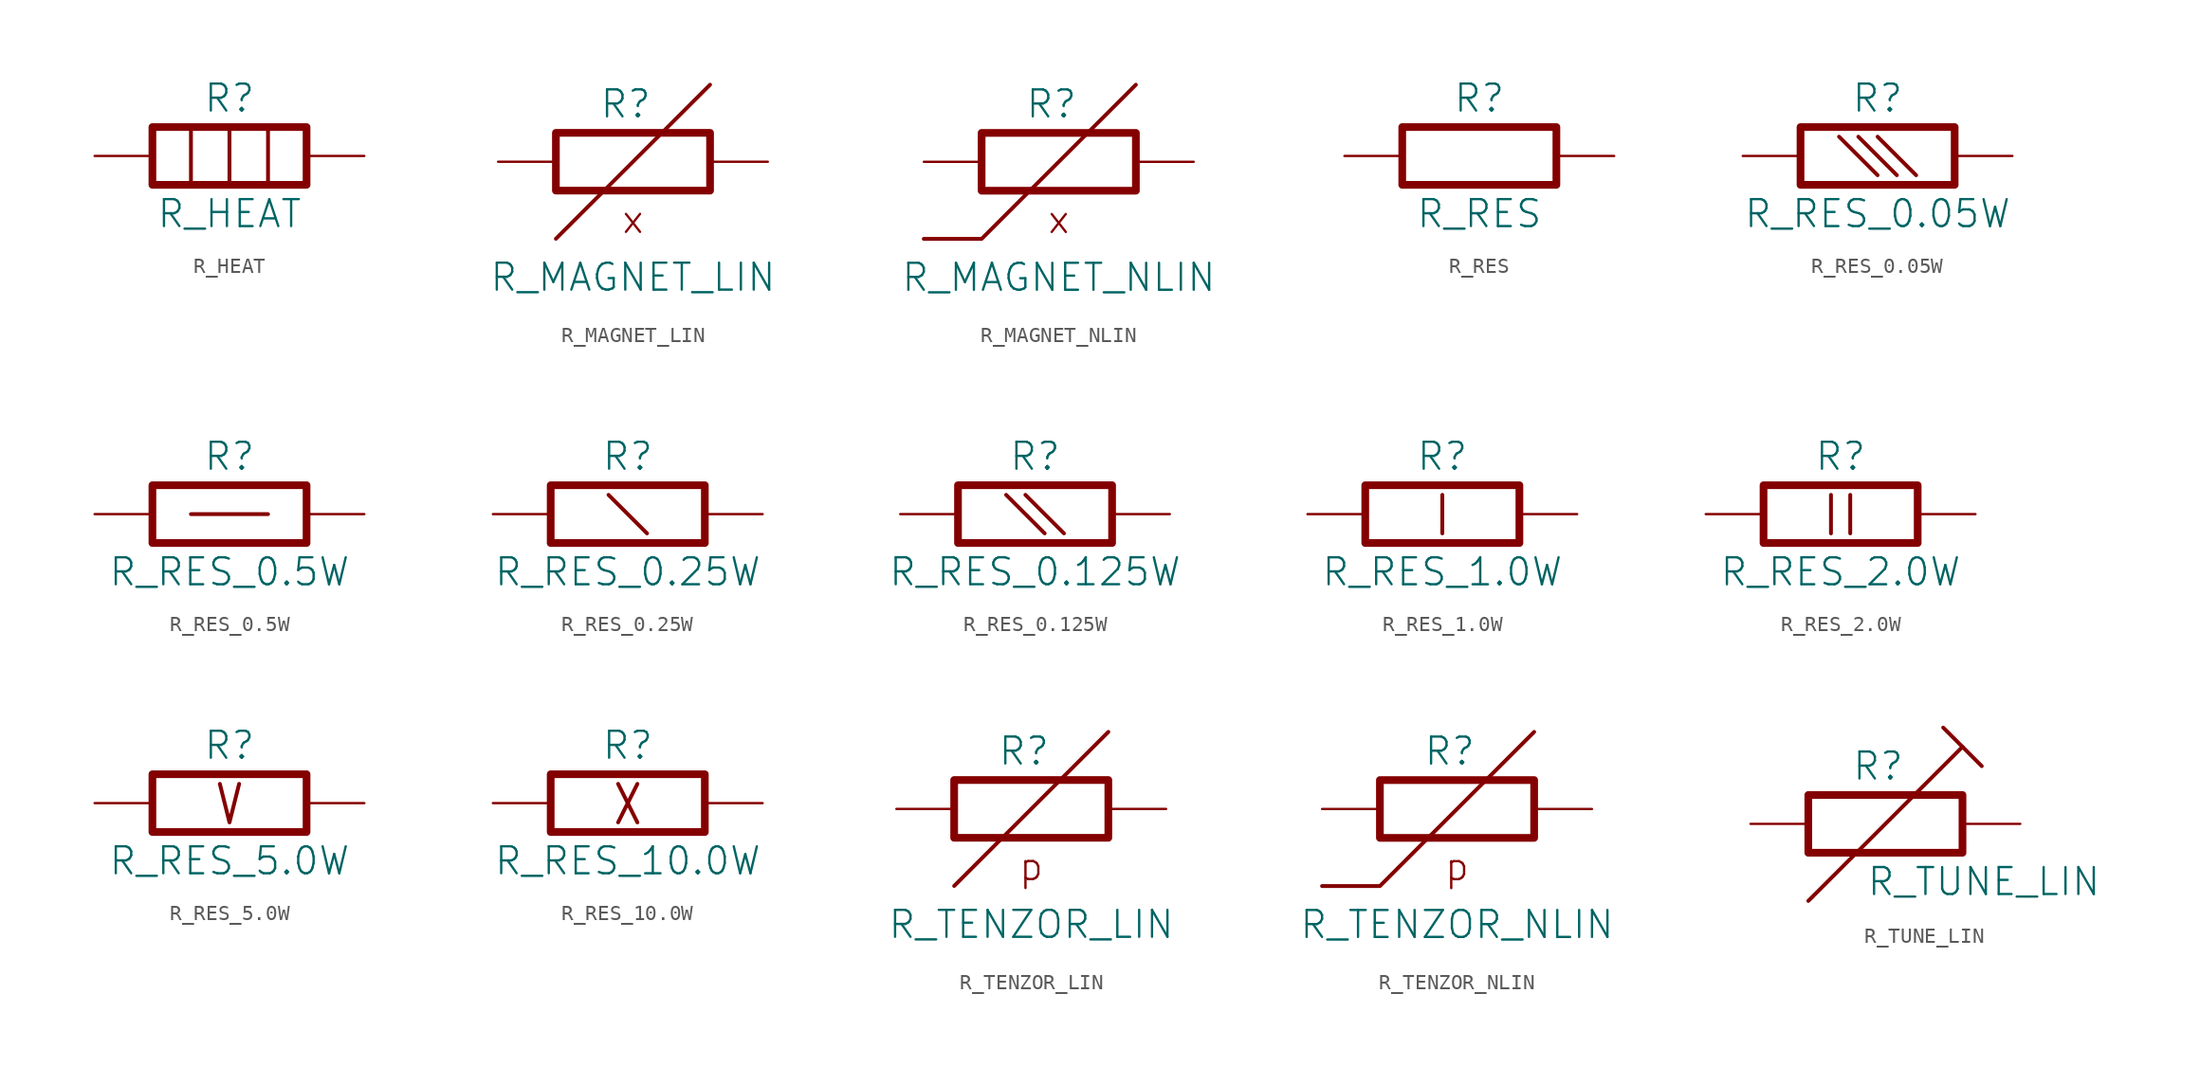
<source format=kicad_sym>
(kicad_symbol_lib
  (version 20211014)
  (generator kicad_symbol_editor)
  (symbol "R_HEAT"
    (pin_names
      (offset 0))
    (property "Reference" "R"
      (at 0 3.81 0)
      (effects (font (size 1.778 1.778))))
    (property "Value" "R_HEAT"
      (at 0 -3.81 0)
      (effects (font (size 1.778 1.778))))
    (symbol "R_HEAT_0_1"
      (rectangle (start -5.08 1.905) (end 5.08 -1.905) (stroke (width 0.508) (type default) (color 0 0 0 0)) (fill (type none)))
      (polyline (pts (xy -8.89 0) (xy -5.08 0)) (stroke (width 0) (type default) (color 0 0 0 0)) (fill (type none)))
      (polyline (pts (xy -2.54 1.905) (xy -2.54 -1.905)) (stroke (width 0.254) (type default) (color 0 0 0 0)) (fill (type none)))
      (polyline (pts (xy 0 1.905) (xy 0 -1.905)) (stroke (width 0.254) (type default) (color 0 0 0 0)) (fill (type none)))
      (polyline (pts (xy 2.54 1.905) (xy 2.54 -1.905)) (stroke (width 0.254) (type default) (color 0 0 0 0)) (fill (type none)))
      (polyline (pts (xy 5.08 0) (xy 8.89 0)) (stroke (width 0) (type default) (color 0 0 0 0)) (fill (type none))))
    (symbol "R_HEAT_1_1"
      (pin passive line (at -8.89 0 0) (length 2.54) hide (name "~" (effects (font (size 1.27 1.27)))) (number "1" (effects (font (size 1.27 1.27)))))
      (pin passive line (at 8.89 0 180) (length 2.54) hide (name "~" (effects (font (size 1.27 1.27)))) (number "2" (effects (font (size 1.27 1.27)))))))
  (symbol "R_MAGNET_LIN"
    (pin_names
      (offset 0))
    (property "Reference" "R"
      (at 1.27 3.81 0)
      (effects (font (size 1.778 1.778)) (justify right)))
    (property "Value" "R_MAGNET_LIN"
      (at 0 -7.62 0)
      (effects (font (size 1.778 1.778))))
    (symbol "R_MAGNET_LIN_0_0"
      (text "x" (at 0 -3.81 0) (effects (font (size 1.778 1.778)))))
    (symbol "R_MAGNET_LIN_0_1"
      (rectangle (start -5.08 1.905) (end 5.08 -1.905) (stroke (width 0.508) (type default) (color 0 0 0 0)) (fill (type none)))
      (polyline (pts (xy -8.89 0) (xy -5.08 0)) (stroke (width 0) (type default) (color 0 0 0 0)) (fill (type none)))
      (polyline (pts (xy -5.08 -5.08) (xy 5.08 5.08)) (stroke (width 0.254) (type default) (color 0 0 0 0)) (fill (type none)))
      (polyline (pts (xy 5.08 0) (xy 8.89 0)) (stroke (width 0) (type default) (color 0 0 0 0)) (fill (type none))))
    (symbol "R_MAGNET_LIN_1_1"
      (pin passive line (at -8.89 0 0) (length 2.54) hide (name "~" (effects (font (size 1.27 1.27)))) (number "1" (effects (font (size 1.27 1.27)))))
      (pin passive line (at 8.89 0 180) (length 2.54) hide (name "~" (effects (font (size 1.27 1.27)))) (number "2" (effects (font (size 1.27 1.27)))))))
  (symbol "R_MAGNET_NLIN"
    (pin_names
      (offset 0))
    (property "Reference" "R"
      (at 1.27 3.81 0)
      (effects (font (size 1.778 1.778)) (justify right)))
    (property "Value" "R_MAGNET_NLIN"
      (at 0 -7.62 0)
      (effects (font (size 1.778 1.778))))
    (symbol "R_MAGNET_NLIN_0_0"
      (text "x" (at 0 -3.81 0) (effects (font (size 1.778 1.778)))))
    (symbol "R_MAGNET_NLIN_0_1"
      (rectangle (start -5.08 1.905) (end 5.08 -1.905) (stroke (width 0.508) (type default) (color 0 0 0 0)) (fill (type none)))
      (polyline (pts (xy -8.89 0) (xy -5.08 0)) (stroke (width 0) (type default) (color 0 0 0 0)) (fill (type none)))
      (polyline (pts (xy 5.08 0) (xy 8.89 0)) (stroke (width 0) (type default) (color 0 0 0 0)) (fill (type none)))
      (polyline (pts (xy -8.89 -5.08) (xy -5.08 -5.08) (xy 5.08 5.08)) (stroke (width 0.254) (type default) (color 0 0 0 0)) (fill (type none))))
    (symbol "R_MAGNET_NLIN_1_1"
      (pin passive line (at -8.89 0 0) (length 2.54) hide (name "~" (effects (font (size 1.27 1.27)))) (number "1" (effects (font (size 1.27 1.27)))))
      (pin passive line (at 8.89 0 180) (length 2.54) hide (name "~" (effects (font (size 1.27 1.27)))) (number "2" (effects (font (size 1.27 1.27)))))))
  (symbol "R_RES"
    (pin_names
      (offset 0))
    (property "Reference" "R"
      (at 0 3.81 0)
      (effects (font (size 1.778 1.778))))
    (property "Value" "R_RES"
      (at 0 -3.81 0)
      (effects (font (size 1.778 1.778))))
    (symbol "R_RES_0_1"
      (rectangle (start -5.08 1.905) (end 5.08 -1.905) (stroke (width 0.508) (type default) (color 0 0 0 0)) (fill (type none)))
      (polyline (pts (xy -8.89 0) (xy -5.08 0)) (stroke (width 0) (type default) (color 0 0 0 0)) (fill (type none)))
      (polyline (pts (xy 5.08 0) (xy 8.89 0)) (stroke (width 0) (type default) (color 0 0 0 0)) (fill (type none))))
    (symbol "R_RES_1_1"
      (pin passive line (at -8.89 0 0) (length 2.54) hide (name "~" (effects (font (size 1.27 1.27)))) (number "1" (effects (font (size 1.27 1.27)))))
      (pin passive line (at 8.89 0 180) (length 2.54) hide (name "~" (effects (font (size 1.27 1.27)))) (number "2" (effects (font (size 1.27 1.27)))))))
  (symbol "R_RES_0.05W"
    (pin_names
      (offset 0))
    (property "Reference" "R"
      (at 0 3.81 0)
      (effects (font (size 1.778 1.778))))
    (property "Value" "R_RES_0.05W"
      (at 0 -3.81 0)
      (effects (font (size 1.778 1.778))))
    (symbol "R_RES_0.05W_0_1"
      (rectangle (start -5.08 1.905) (end 5.08 -1.905) (stroke (width 0.508) (type default) (color 0 0 0 0)) (fill (type none)))
      (polyline (pts (xy -8.89 0) (xy -5.08 0)) (stroke (width 0) (type default) (color 0 0 0 0)) (fill (type none)))
      (polyline (pts (xy -2.54 1.27) (xy 0 -1.27)) (stroke (width 0.254) (type default) (color 0 0 0 0)) (fill (type none)))
      (polyline (pts (xy -1.27 1.27) (xy 1.27 -1.27)) (stroke (width 0.254) (type default) (color 0 0 0 0)) (fill (type none)))
      (polyline (pts (xy 0 1.27) (xy 2.54 -1.27)) (stroke (width 0.254) (type default) (color 0 0 0 0)) (fill (type none)))
      (polyline (pts (xy 5.08 0) (xy 8.89 0)) (stroke (width 0) (type default) (color 0 0 0 0)) (fill (type none))))
    (symbol "R_RES_0.05W_1_1"
      (pin passive line (at -8.89 0 0) (length 2.54) hide (name "~" (effects (font (size 1.27 1.27)))) (number "1" (effects (font (size 1.27 1.27)))))
      (pin passive line (at 8.89 0 180) (length 2.54) hide (name "~" (effects (font (size 1.27 1.27)))) (number "2" (effects (font (size 1.27 1.27)))))))
  (symbol "R_RES_0.5W"
    (pin_names
      (offset 0))
    (property "Reference" "R"
      (at 0 3.81 0)
      (effects (font (size 1.778 1.778))))
    (property "Value" "R_RES_0.5W"
      (at 0 -3.81 0)
      (effects (font (size 1.778 1.778))))
    (symbol "R_RES_0.5W_0_1"
      (rectangle (start -5.08 1.905) (end 5.08 -1.905) (stroke (width 0.508) (type default) (color 0 0 0 0)) (fill (type none)))
      (polyline (pts (xy -8.89 0) (xy -5.08 0)) (stroke (width 0) (type default) (color 0 0 0 0)) (fill (type none)))
      (polyline (pts (xy -2.54 0) (xy 2.54 0)) (stroke (width 0.254) (type default) (color 0 0 0 0)) (fill (type none)))
      (polyline (pts (xy 5.08 0) (xy 8.89 0)) (stroke (width 0) (type default) (color 0 0 0 0)) (fill (type none))))
    (symbol "R_RES_0.5W_1_1"
      (pin passive line (at -8.89 0 0) (length 2.54) hide (name "~" (effects (font (size 1.27 1.27)))) (number "1" (effects (font (size 1.27 1.27)))))
      (pin passive line (at 8.89 0 180) (length 2.54) hide (name "~" (effects (font (size 1.27 1.27)))) (number "2" (effects (font (size 1.27 1.27)))))))
  (symbol "R_RES_0.25W"
    (pin_names
      (offset 0))
    (property "Reference" "R"
      (at 0 3.81 0)
      (effects (font (size 1.778 1.778))))
    (property "Value" "R_RES_0.25W"
      (at 0 -3.81 0)
      (effects (font (size 1.778 1.778))))
    (symbol "R_RES_0.25W_0_1"
      (rectangle (start -5.08 1.905) (end 5.08 -1.905) (stroke (width 0.508) (type default) (color 0 0 0 0)) (fill (type none)))
      (polyline (pts (xy -8.89 0) (xy -5.08 0)) (stroke (width 0) (type default) (color 0 0 0 0)) (fill (type none)))
      (polyline (pts (xy -1.27 1.27) (xy 1.27 -1.27)) (stroke (width 0.254) (type default) (color 0 0 0 0)) (fill (type none)))
      (polyline (pts (xy 5.08 0) (xy 8.89 0)) (stroke (width 0) (type default) (color 0 0 0 0)) (fill (type none))))
    (symbol "R_RES_0.25W_1_1"
      (pin passive line (at -8.89 0 0) (length 2.54) hide (name "~" (effects (font (size 1.27 1.27)))) (number "1" (effects (font (size 1.27 1.27)))))
      (pin passive line (at 8.89 0 180) (length 2.54) hide (name "~" (effects (font (size 1.27 1.27)))) (number "2" (effects (font (size 1.27 1.27)))))))
  (symbol "R_RES_0.125W"
    (pin_names
      (offset 0))
    (property "Reference" "R"
      (at 0 3.81 0)
      (effects (font (size 1.778 1.778))))
    (property "Value" "R_RES_0.125W"
      (at 0 -3.81 0)
      (effects (font (size 1.778 1.778))))
    (symbol "R_RES_0.125W_0_1"
      (rectangle (start -5.08 1.905) (end 5.08 -1.905) (stroke (width 0.508) (type default) (color 0 0 0 0)) (fill (type none)))
      (polyline (pts (xy -8.89 0) (xy -5.08 0)) (stroke (width 0) (type default) (color 0 0 0 0)) (fill (type none)))
      (polyline (pts (xy -1.905 1.27) (xy 0.635 -1.27)) (stroke (width 0.254) (type default) (color 0 0 0 0)) (fill (type none)))
      (polyline (pts (xy -0.635 1.27) (xy 1.905 -1.27)) (stroke (width 0.254) (type default) (color 0 0 0 0)) (fill (type none)))
      (polyline (pts (xy 5.08 0) (xy 8.89 0)) (stroke (width 0) (type default) (color 0 0 0 0)) (fill (type none))))
    (symbol "R_RES_0.125W_1_1"
      (pin passive line (at -8.89 0 0) (length 2.54) hide (name "~" (effects (font (size 1.27 1.27)))) (number "1" (effects (font (size 1.27 1.27)))))
      (pin passive line (at 8.89 0 180) (length 2.54) hide (name "~" (effects (font (size 1.27 1.27)))) (number "2" (effects (font (size 1.27 1.27)))))))
  (symbol "R_RES_1.0W"
    (pin_names
      (offset 0))
    (property "Reference" "R"
      (at 0 3.81 0)
      (effects (font (size 1.778 1.778))))
    (property "Value" "R_RES_1.0W"
      (at 0 -3.81 0)
      (effects (font (size 1.778 1.778))))
    (symbol "R_RES_1.0W_0_1"
      (rectangle (start -5.08 1.905) (end 5.08 -1.905) (stroke (width 0.508) (type default) (color 0 0 0 0)) (fill (type none)))
      (polyline (pts (xy -8.89 0) (xy -5.08 0)) (stroke (width 0) (type default) (color 0 0 0 0)) (fill (type none)))
      (polyline (pts (xy 0 1.27) (xy 0 -1.27)) (stroke (width 0.254) (type default) (color 0 0 0 0)) (fill (type none)))
      (polyline (pts (xy 5.08 0) (xy 8.89 0)) (stroke (width 0) (type default) (color 0 0 0 0)) (fill (type none))))
    (symbol "R_RES_1.0W_1_1"
      (pin passive line (at -8.89 0 0) (length 2.54) hide (name "~" (effects (font (size 1.27 1.27)))) (number "1" (effects (font (size 1.27 1.27)))))
      (pin passive line (at 8.89 0 180) (length 2.54) hide (name "~" (effects (font (size 1.27 1.27)))) (number "2" (effects (font (size 1.27 1.27)))))))
  (symbol "R_RES_2.0W"
    (pin_names
      (offset 0))
    (property "Reference" "R"
      (at 0 3.81 0)
      (effects (font (size 1.778 1.778))))
    (property "Value" "R_RES_2.0W"
      (at 0 -3.81 0)
      (effects (font (size 1.778 1.778))))
    (symbol "R_RES_2.0W_0_1"
      (rectangle (start -5.08 1.905) (end 5.08 -1.905) (stroke (width 0.508) (type default) (color 0 0 0 0)) (fill (type none)))
      (polyline (pts (xy -8.89 0) (xy -5.08 0)) (stroke (width 0) (type default) (color 0 0 0 0)) (fill (type none)))
      (polyline (pts (xy -0.635 1.27) (xy -0.635 -1.27)) (stroke (width 0.254) (type default) (color 0 0 0 0)) (fill (type none)))
      (polyline (pts (xy 0.635 1.27) (xy 0.635 -1.27)) (stroke (width 0.254) (type default) (color 0 0 0 0)) (fill (type none)))
      (polyline (pts (xy 5.08 0) (xy 8.89 0)) (stroke (width 0) (type default) (color 0 0 0 0)) (fill (type none))))
    (symbol "R_RES_2.0W_1_1"
      (pin passive line (at -8.89 0 0) (length 2.54) hide (name "~" (effects (font (size 1.27 1.27)))) (number "1" (effects (font (size 1.27 1.27)))))
      (pin passive line (at 8.89 0 180) (length 2.54) hide (name "~" (effects (font (size 1.27 1.27)))) (number "2" (effects (font (size 1.27 1.27)))))))
  (symbol "R_RES_5.0W"
    (pin_names
      (offset 0))
    (property "Reference" "R"
      (at 0 3.81 0)
      (effects (font (size 1.778 1.778))))
    (property "Value" "R_RES_5.0W"
      (at 0 -3.81 0)
      (effects (font (size 1.778 1.778))))
    (symbol "R_RES_5.0W_0_1"
      (rectangle (start -5.08 1.905) (end 5.08 -1.905) (stroke (width 0.508) (type default) (color 0 0 0 0)) (fill (type none)))
      (polyline (pts (xy -8.89 0) (xy -5.08 0)) (stroke (width 0) (type default) (color 0 0 0 0)) (fill (type none)))
      (polyline (pts (xy 5.08 0) (xy 8.89 0)) (stroke (width 0) (type default) (color 0 0 0 0)) (fill (type none)))
      (polyline (pts (xy -0.635 1.27) (xy 0 -1.27) (xy 0.635 1.27)) (stroke (width 0.254) (type default) (color 0 0 0 0)) (fill (type none))))
    (symbol "R_RES_5.0W_1_1"
      (pin passive line (at -8.89 0 0) (length 2.54) hide (name "~" (effects (font (size 1.27 1.27)))) (number "1" (effects (font (size 1.27 1.27)))))
      (pin passive line (at 8.89 0 180) (length 2.54) hide (name "~" (effects (font (size 1.27 1.27)))) (number "2" (effects (font (size 1.27 1.27)))))))
  (symbol "R_RES_10.0W"
    (pin_names
      (offset 0))
    (property "Reference" "R"
      (at 0 3.81 0)
      (effects (font (size 1.778 1.778))))
    (property "Value" "R_RES_10.0W"
      (at 0 -3.81 0)
      (effects (font (size 1.778 1.778))))
    (symbol "R_RES_10.0W_0_1"
      (rectangle (start -5.08 1.905) (end 5.08 -1.905) (stroke (width 0.508) (type default) (color 0 0 0 0)) (fill (type none)))
      (polyline (pts (xy -8.89 0) (xy -5.08 0)) (stroke (width 0) (type default) (color 0 0 0 0)) (fill (type none)))
      (polyline (pts (xy -0.635 1.27) (xy 0.635 -1.27)) (stroke (width 0.254) (type default) (color 0 0 0 0)) (fill (type none)))
      (polyline (pts (xy 0.635 1.27) (xy -0.635 -1.27)) (stroke (width 0.254) (type default) (color 0 0 0 0)) (fill (type none)))
      (polyline (pts (xy 5.08 0) (xy 8.89 0)) (stroke (width 0) (type default) (color 0 0 0 0)) (fill (type none))))
    (symbol "R_RES_10.0W_1_1"
      (pin passive line (at -8.89 0 0) (length 2.54) hide (name "~" (effects (font (size 1.27 1.27)))) (number "1" (effects (font (size 1.27 1.27)))))
      (pin passive line (at 8.89 0 180) (length 2.54) hide (name "~" (effects (font (size 1.27 1.27)))) (number "2" (effects (font (size 1.27 1.27)))))))
  (symbol "R_TENZOR_LIN"
    (pin_names
      (offset 0))
    (property "Reference" "R"
      (at 1.27 3.81 0)
      (effects (font (size 1.778 1.778)) (justify right)))
    (property "Value" "R_TENZOR_LIN"
      (at 0 -7.62 0)
      (effects (font (size 1.778 1.778))))
    (symbol "R_TENZOR_LIN_0_0"
      (text "p" (at 0 -3.81 0) (effects (font (size 1.778 1.778)))))
    (symbol "R_TENZOR_LIN_0_1"
      (rectangle (start -5.08 1.905) (end 5.08 -1.905) (stroke (width 0.508) (type default) (color 0 0 0 0)) (fill (type none)))
      (polyline (pts (xy -8.89 0) (xy -5.08 0)) (stroke (width 0) (type default) (color 0 0 0 0)) (fill (type none)))
      (polyline (pts (xy -5.08 -5.08) (xy 5.08 5.08)) (stroke (width 0.254) (type default) (color 0 0 0 0)) (fill (type none)))
      (polyline (pts (xy 5.08 0) (xy 8.89 0)) (stroke (width 0) (type default) (color 0 0 0 0)) (fill (type none))))
    (symbol "R_TENZOR_LIN_1_1"
      (pin passive line (at -8.89 0 0) (length 2.54) hide (name "~" (effects (font (size 1.27 1.27)))) (number "1" (effects (font (size 1.27 1.27)))))
      (pin passive line (at 8.89 0 180) (length 2.54) hide (name "~" (effects (font (size 1.27 1.27)))) (number "2" (effects (font (size 1.27 1.27)))))))
  (symbol "R_TENZOR_NLIN"
    (pin_names
      (offset 0))
    (property "Reference" "R"
      (at 1.27 3.81 0)
      (effects (font (size 1.778 1.778)) (justify right)))
    (property "Value" "R_TENZOR_NLIN"
      (at 0 -7.62 0)
      (effects (font (size 1.778 1.778))))
    (symbol "R_TENZOR_NLIN_0_0"
      (text "p" (at 0 -3.81 0) (effects (font (size 1.778 1.778)))))
    (symbol "R_TENZOR_NLIN_0_1"
      (rectangle (start -5.08 1.905) (end 5.08 -1.905) (stroke (width 0.508) (type default) (color 0 0 0 0)) (fill (type none)))
      (polyline (pts (xy -8.89 0) (xy -5.08 0)) (stroke (width 0) (type default) (color 0 0 0 0)) (fill (type none)))
      (polyline (pts (xy 5.08 0) (xy 8.89 0)) (stroke (width 0) (type default) (color 0 0 0 0)) (fill (type none)))
      (polyline (pts (xy -8.89 -5.08) (xy -5.08 -5.08) (xy 5.08 5.08)) (stroke (width 0.254) (type default) (color 0 0 0 0)) (fill (type none))))
    (symbol "R_TENZOR_NLIN_1_1"
      (pin passive line (at -8.89 0 0) (length 2.54) hide (name "~" (effects (font (size 1.27 1.27)))) (number "1" (effects (font (size 1.27 1.27)))))
      (pin passive line (at 8.89 0 180) (length 2.54) hide (name "~" (effects (font (size 1.27 1.27)))) (number "2" (effects (font (size 1.27 1.27)))))))
  (symbol "R_TUNE_LIN"
    (pin_names
      (offset 0))
    (property "Reference" "R"
      (at 1.27 3.81 0)
      (effects (font (size 1.778 1.778)) (justify right)))
    (property "Value" "R_TUNE_LIN"
      (at -1.27 -3.81 0)
      (effects (font (size 1.778 1.778)) (justify left)))
    (symbol "R_TUNE_LIN_0_1"
      (rectangle (start -5.08 1.905) (end 5.08 -1.905) (stroke (width 0.508) (type default) (color 0 0 0 0)) (fill (type none)))
      (polyline (pts (xy -8.89 0) (xy -5.08 0)) (stroke (width 0) (type default) (color 0 0 0 0)) (fill (type none)))
      (polyline (pts (xy -5.08 -5.08) (xy 5.08 5.08)) (stroke (width 0.254) (type default) (color 0 0 0 0)) (fill (type none)))
      (polyline (pts (xy 3.81 6.35) (xy 6.35 3.81)) (stroke (width 0.254) (type default) (color 0 0 0 0)) (fill (type none)))
      (polyline (pts (xy 5.08 0) (xy 8.89 0)) (stroke (width 0) (type default) (color 0 0 0 0)) (fill (type none))))
    (symbol "R_TUNE_LIN_1_1"
      (pin passive line (at -8.89 0 0) (length 2.54) hide (name "~" (effects (font (size 1.27 1.27)))) (number "1" (effects (font (size 1.27 1.27)))))
      (pin passive line (at 8.89 0 180) (length 2.54) hide (name "~" (effects (font (size 1.27 1.27)))) (number "2" (effects (font (size 1.27 1.27))))))))
</source>
